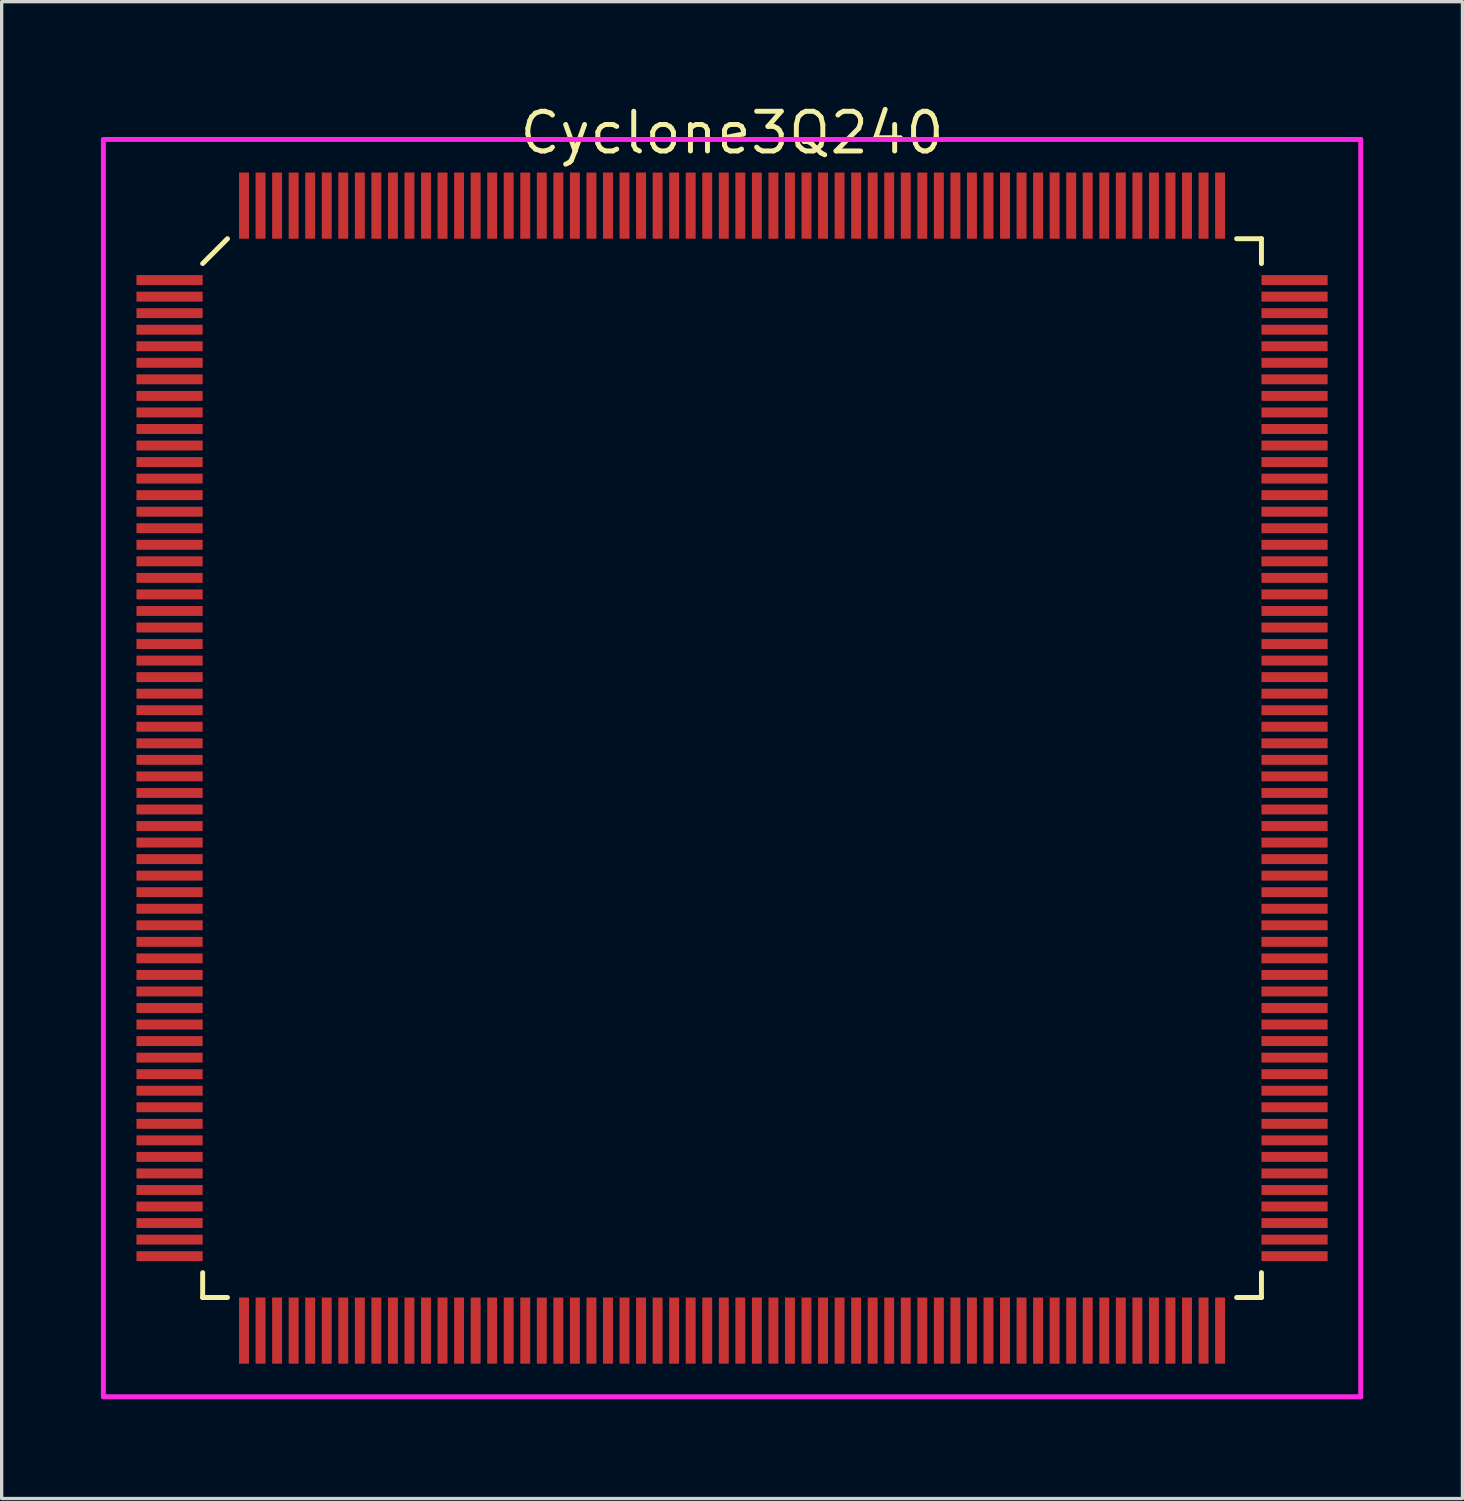
<source format=kicad_pcb>
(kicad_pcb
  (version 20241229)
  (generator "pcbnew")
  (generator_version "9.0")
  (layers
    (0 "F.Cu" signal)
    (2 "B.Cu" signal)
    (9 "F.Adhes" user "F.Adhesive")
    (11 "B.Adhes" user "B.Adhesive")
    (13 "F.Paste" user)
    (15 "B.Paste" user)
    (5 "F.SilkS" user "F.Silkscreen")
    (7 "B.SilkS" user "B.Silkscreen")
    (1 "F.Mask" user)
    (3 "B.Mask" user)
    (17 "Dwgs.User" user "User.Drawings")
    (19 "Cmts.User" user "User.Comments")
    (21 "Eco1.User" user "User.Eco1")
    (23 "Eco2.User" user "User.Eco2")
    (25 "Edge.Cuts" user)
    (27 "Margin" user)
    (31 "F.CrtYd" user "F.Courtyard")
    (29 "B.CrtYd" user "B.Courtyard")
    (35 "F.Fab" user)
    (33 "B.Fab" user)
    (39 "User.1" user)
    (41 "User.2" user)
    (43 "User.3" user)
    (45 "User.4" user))
  (footprint "Cyclone3Q240"
    (layer "F.Cu")
    (at 19.075 20.165)
    (property "Reference" "Cyclone3Q240" (at 0 -19.2 0) (layer "F.SilkS") (effects (font (size 1.2 1.2) (thickness 0.15))))
    (attr through_hole)
    (fp_line (start -16 -15.25) (end -15.25 -16) (stroke (width 0.15) (type solid)) (layer "F.SilkS"))
    (fp_line (start -16 16) (end -16 15.25) (stroke (width 0.15) (type solid)) (layer "F.SilkS"))
    (fp_line (start -15.25 16) (end -16 16) (stroke (width 0.15) (type solid)) (layer "F.SilkS"))
    (fp_line (start 15.25 -16) (end 16 -16) (stroke (width 0.15) (type solid)) (layer "F.SilkS"))
    (fp_line (start 15.25 16) (end 16 16) (stroke (width 0.15) (type solid)) (layer "F.SilkS"))
    (fp_line (start 16 -16) (end 16 -15.25) (stroke (width 0.15) (type solid)) (layer "F.SilkS"))
    (fp_line (start 16 16) (end 16 15.25) (stroke (width 0.15) (type solid)) (layer "F.SilkS"))
    (fp_line (start -19 -19) (end 19 -19) (stroke (width 0.15) (type solid)) (layer "F.CrtYd"))
    (fp_line (start -19 19) (end -19 -19) (stroke (width 0.15) (type solid)) (layer "F.CrtYd"))
    (fp_line (start 19 -19) (end 19 19) (stroke (width 0.15) (type solid)) (layer "F.CrtYd"))
    (fp_line (start 19 19) (end -19 19) (stroke (width 0.15) (type solid)) (layer "F.CrtYd"))
    (pad "1" smd rect (at -17 -14.75 90) (size 0.3 2) (layers "F.Cu" "F.Mask" "F.Paste"))
    (pad "2" smd rect (at -17 -14.25 90) (size 0.3 2) (layers "F.Cu" "F.Mask" "F.Paste"))
    (pad "3" smd rect (at -17 -13.75 90) (size 0.3 2) (layers "F.Cu" "F.Mask" "F.Paste"))
    (pad "4" smd rect (at -17 -13.25 90) (size 0.3 2) (layers "F.Cu" "F.Mask" "F.Paste"))
    (pad "5" smd rect (at -17 -12.75 90) (size 0.3 2) (layers "F.Cu" "F.Mask" "F.Paste"))
    (pad "6" smd rect (at -17 -12.25 90) (size 0.3 2) (layers "F.Cu" "F.Mask" "F.Paste"))
    (pad "7" smd rect (at -17 -11.75 90) (size 0.3 2) (layers "F.Cu" "F.Mask" "F.Paste"))
    (pad "8" smd rect (at -17 -11.25 90) (size 0.3 2) (layers "F.Cu" "F.Mask" "F.Paste"))
    (pad "9" smd rect (at -17 -10.75 90) (size 0.3 2) (layers "F.Cu" "F.Mask" "F.Paste"))
    (pad "10" smd rect (at -17 -10.25 90) (size 0.3 2) (layers "F.Cu" "F.Mask" "F.Paste"))
    (pad "11" smd rect (at -17 -9.75 90) (size 0.3 2) (layers "F.Cu" "F.Mask" "F.Paste"))
    (pad "12" smd rect (at -17 -9.25 90) (size 0.3 2) (layers "F.Cu" "F.Mask" "F.Paste"))
    (pad "13" smd rect (at -17 -8.75 90) (size 0.3 2) (layers "F.Cu" "F.Mask" "F.Paste"))
    (pad "14" smd rect (at -17 -8.25 90) (size 0.3 2) (layers "F.Cu" "F.Mask" "F.Paste"))
    (pad "15" smd rect (at -17 -7.75 90) (size 0.3 2) (layers "F.Cu" "F.Mask" "F.Paste"))
    (pad "16" smd rect (at -17 -7.25 90) (size 0.3 2) (layers "F.Cu" "F.Mask" "F.Paste"))
    (pad "17" smd rect (at -17 -6.75 90) (size 0.3 2) (layers "F.Cu" "F.Mask" "F.Paste"))
    (pad "18" smd rect (at -17 -6.25 90) (size 0.3 2) (layers "F.Cu" "F.Mask" "F.Paste"))
    (pad "19" smd rect (at -17 -5.75 90) (size 0.3 2) (layers "F.Cu" "F.Mask" "F.Paste"))
    (pad "20" smd rect (at -17 -5.25 90) (size 0.3 2) (layers "F.Cu" "F.Mask" "F.Paste"))
    (pad "21" smd rect (at -17 -4.75 90) (size 0.3 2) (layers "F.Cu" "F.Mask" "F.Paste"))
    (pad "22" smd rect (at -17 -4.25 90) (size 0.3 2) (layers "F.Cu" "F.Mask" "F.Paste"))
    (pad "23" smd rect (at -17 -3.75 90) (size 0.3 2) (layers "F.Cu" "F.Mask" "F.Paste"))
    (pad "24" smd rect (at -17 -3.25 90) (size 0.3 2) (layers "F.Cu" "F.Mask" "F.Paste"))
    (pad "25" smd rect (at -17 -2.75 90) (size 0.3 2) (layers "F.Cu" "F.Mask" "F.Paste"))
    (pad "26" smd rect (at -17 -2.25 90) (size 0.3 2) (layers "F.Cu" "F.Mask" "F.Paste"))
    (pad "27" smd rect (at -17 -1.75 90) (size 0.3 2) (layers "F.Cu" "F.Mask" "F.Paste"))
    (pad "28" smd rect (at -17 -1.25 90) (size 0.3 2) (layers "F.Cu" "F.Mask" "F.Paste"))
    (pad "29" smd rect (at -17 -0.75 90) (size 0.3 2) (layers "F.Cu" "F.Mask" "F.Paste"))
    (pad "30" smd rect (at -17 -0.25 90) (size 0.3 2) (layers "F.Cu" "F.Mask" "F.Paste"))
    (pad "31" smd rect (at -17 0.25 90) (size 0.3 2) (layers "F.Cu" "F.Mask" "F.Paste"))
    (pad "32" smd rect (at -17 0.75 90) (size 0.3 2) (layers "F.Cu" "F.Mask" "F.Paste"))
    (pad "33" smd rect (at -17 1.25 90) (size 0.3 2) (layers "F.Cu" "F.Mask" "F.Paste"))
    (pad "34" smd rect (at -17 1.75 90) (size 0.3 2) (layers "F.Cu" "F.Mask" "F.Paste"))
    (pad "35" smd rect (at -17 2.25 90) (size 0.3 2) (layers "F.Cu" "F.Mask" "F.Paste"))
    (pad "36" smd rect (at -17 2.75 90) (size 0.3 2) (layers "F.Cu" "F.Mask" "F.Paste"))
    (pad "37" smd rect (at -17 3.25 90) (size 0.3 2) (layers "F.Cu" "F.Mask" "F.Paste"))
    (pad "38" smd rect (at -17 3.75 90) (size 0.3 2) (layers "F.Cu" "F.Mask" "F.Paste"))
    (pad "39" smd rect (at -17 4.25 90) (size 0.3 2) (layers "F.Cu" "F.Mask" "F.Paste"))
    (pad "40" smd rect (at -17 4.75 90) (size 0.3 2) (layers "F.Cu" "F.Mask" "F.Paste"))
    (pad "41" smd rect (at -17 5.25 90) (size 0.3 2) (layers "F.Cu" "F.Mask" "F.Paste"))
    (pad "42" smd rect (at -17 5.75 90) (size 0.3 2) (layers "F.Cu" "F.Mask" "F.Paste"))
    (pad "43" smd rect (at -17 6.25 90) (size 0.3 2) (layers "F.Cu" "F.Mask" "F.Paste"))
    (pad "44" smd rect (at -17 6.75 90) (size 0.3 2) (layers "F.Cu" "F.Mask" "F.Paste"))
    (pad "45" smd rect (at -17 7.25 90) (size 0.3 2) (layers "F.Cu" "F.Mask" "F.Paste"))
    (pad "46" smd rect (at -17 7.75 90) (size 0.3 2) (layers "F.Cu" "F.Mask" "F.Paste"))
    (pad "47" smd rect (at -17 8.25 90) (size 0.3 2) (layers "F.Cu" "F.Mask" "F.Paste"))
    (pad "48" smd rect (at -17 8.75 90) (size 0.3 2) (layers "F.Cu" "F.Mask" "F.Paste"))
    (pad "49" smd rect (at -17 9.25 90) (size 0.3 2) (layers "F.Cu" "F.Mask" "F.Paste"))
    (pad "50" smd rect (at -17 9.75 90) (size 0.3 2) (layers "F.Cu" "F.Mask" "F.Paste"))
    (pad "51" smd rect (at -17 10.25 90) (size 0.3 2) (layers "F.Cu" "F.Mask" "F.Paste"))
    (pad "52" smd rect (at -17 10.75 90) (size 0.3 2) (layers "F.Cu" "F.Mask" "F.Paste"))
    (pad "53" smd rect (at -17 11.25 90) (size 0.3 2) (layers "F.Cu" "F.Mask" "F.Paste"))
    (pad "54" smd rect (at -17 11.75 90) (size 0.3 2) (layers "F.Cu" "F.Mask" "F.Paste"))
    (pad "55" smd rect (at -17 12.25 90) (size 0.3 2) (layers "F.Cu" "F.Mask" "F.Paste"))
    (pad "56" smd rect (at -17 12.75 90) (size 0.3 2) (layers "F.Cu" "F.Mask" "F.Paste"))
    (pad "57" smd rect (at -17 13.25 90) (size 0.3 2) (layers "F.Cu" "F.Mask" "F.Paste"))
    (pad "58" smd rect (at -17 13.75 90) (size 0.3 2) (layers "F.Cu" "F.Mask" "F.Paste"))
    (pad "59" smd rect (at -17 14.25 90) (size 0.3 2) (layers "F.Cu" "F.Mask" "F.Paste"))
    (pad "60" smd rect (at -17 14.75 90) (size 0.3 2) (layers "F.Cu" "F.Mask" "F.Paste"))
    (pad "61" smd rect (at -14.75 17) (size 0.3 2) (layers "F.Cu" "F.Mask" "F.Paste"))
    (pad "62" smd rect (at -14.25 17) (size 0.3 2) (layers "F.Cu" "F.Mask" "F.Paste"))
    (pad "63" smd rect (at -13.75 17) (size 0.3 2) (layers "F.Cu" "F.Mask" "F.Paste"))
    (pad "64" smd rect (at -13.25 17) (size 0.3 2) (layers "F.Cu" "F.Mask" "F.Paste"))
    (pad "65" smd rect (at -12.75 17) (size 0.3 2) (layers "F.Cu" "F.Mask" "F.Paste"))
    (pad "66" smd rect (at -12.25 17) (size 0.3 2) (layers "F.Cu" "F.Mask" "F.Paste"))
    (pad "67" smd rect (at -11.75 17) (size 0.3 2) (layers "F.Cu" "F.Mask" "F.Paste"))
    (pad "68" smd rect (at -11.25 17) (size 0.3 2) (layers "F.Cu" "F.Mask" "F.Paste"))
    (pad "69" smd rect (at -10.75 17) (size 0.3 2) (layers "F.Cu" "F.Mask" "F.Paste"))
    (pad "70" smd rect (at -10.25 17) (size 0.3 2) (layers "F.Cu" "F.Mask" "F.Paste"))
    (pad "71" smd rect (at -9.75 17) (size 0.3 2) (layers "F.Cu" "F.Mask" "F.Paste"))
    (pad "72" smd rect (at -9.25 17) (size 0.3 2) (layers "F.Cu" "F.Mask" "F.Paste"))
    (pad "73" smd rect (at -8.75 17) (size 0.3 2) (layers "F.Cu" "F.Mask" "F.Paste"))
    (pad "74" smd rect (at -8.25 17) (size 0.3 2) (layers "F.Cu" "F.Mask" "F.Paste"))
    (pad "75" smd rect (at -7.75 17) (size 0.3 2) (layers "F.Cu" "F.Mask" "F.Paste"))
    (pad "76" smd rect (at -7.25 17) (size 0.3 2) (layers "F.Cu" "F.Mask" "F.Paste"))
    (pad "77" smd rect (at -6.75 17) (size 0.3 2) (layers "F.Cu" "F.Mask" "F.Paste"))
    (pad "78" smd rect (at -6.25 17) (size 0.3 2) (layers "F.Cu" "F.Mask" "F.Paste"))
    (pad "79" smd rect (at -5.75 17) (size 0.3 2) (layers "F.Cu" "F.Mask" "F.Paste"))
    (pad "80" smd rect (at -5.25 17) (size 0.3 2) (layers "F.Cu" "F.Mask" "F.Paste"))
    (pad "81" smd rect (at -4.75 17) (size 0.3 2) (layers "F.Cu" "F.Mask" "F.Paste"))
    (pad "82" smd rect (at -4.25 17) (size 0.3 2) (layers "F.Cu" "F.Mask" "F.Paste"))
    (pad "83" smd rect (at -3.75 17) (size 0.3 2) (layers "F.Cu" "F.Mask" "F.Paste"))
    (pad "84" smd rect (at -3.25 17) (size 0.3 2) (layers "F.Cu" "F.Mask" "F.Paste"))
    (pad "85" smd rect (at -2.75 17) (size 0.3 2) (layers "F.Cu" "F.Mask" "F.Paste"))
    (pad "86" smd rect (at -2.25 17) (size 0.3 2) (layers "F.Cu" "F.Mask" "F.Paste"))
    (pad "87" smd rect (at -1.75 17) (size 0.3 2) (layers "F.Cu" "F.Mask" "F.Paste"))
    (pad "88" smd rect (at -1.25 17) (size 0.3 2) (layers "F.Cu" "F.Mask" "F.Paste"))
    (pad "89" smd rect (at -0.75 17) (size 0.3 2) (layers "F.Cu" "F.Mask" "F.Paste"))
    (pad "90" smd rect (at -0.25 17) (size 0.3 2) (layers "F.Cu" "F.Mask" "F.Paste"))
    (pad "91" smd rect (at 0.25 17) (size 0.3 2) (layers "F.Cu" "F.Mask" "F.Paste"))
    (pad "92" smd rect (at 0.75 17) (size 0.3 2) (layers "F.Cu" "F.Mask" "F.Paste"))
    (pad "93" smd rect (at 1.25 17) (size 0.3 2) (layers "F.Cu" "F.Mask" "F.Paste"))
    (pad "94" smd rect (at 1.75 17) (size 0.3 2) (layers "F.Cu" "F.Mask" "F.Paste"))
    (pad "95" smd rect (at 2.25 17) (size 0.3 2) (layers "F.Cu" "F.Mask" "F.Paste"))
    (pad "96" smd rect (at 2.75 17) (size 0.3 2) (layers "F.Cu" "F.Mask" "F.Paste"))
    (pad "97" smd rect (at 3.25 17) (size 0.3 2) (layers "F.Cu" "F.Mask" "F.Paste"))
    (pad "98" smd rect (at 3.75 17) (size 0.3 2) (layers "F.Cu" "F.Mask" "F.Paste"))
    (pad "99" smd rect (at 4.25 17) (size 0.3 2) (layers "F.Cu" "F.Mask" "F.Paste"))
    (pad "100" smd rect (at 4.75 17) (size 0.3 2) (layers "F.Cu" "F.Mask" "F.Paste"))
    (pad "101" smd rect (at 5.25 17) (size 0.3 2) (layers "F.Cu" "F.Mask" "F.Paste"))
    (pad "102" smd rect (at 5.75 17) (size 0.3 2) (layers "F.Cu" "F.Mask" "F.Paste"))
    (pad "103" smd rect (at 6.25 17) (size 0.3 2) (layers "F.Cu" "F.Mask" "F.Paste"))
    (pad "104" smd rect (at 6.75 17) (size 0.3 2) (layers "F.Cu" "F.Mask" "F.Paste"))
    (pad "105" smd rect (at 7.25 17) (size 0.3 2) (layers "F.Cu" "F.Mask" "F.Paste"))
    (pad "106" smd rect (at 7.75 17) (size 0.3 2) (layers "F.Cu" "F.Mask" "F.Paste"))
    (pad "107" smd rect (at 8.25 17) (size 0.3 2) (layers "F.Cu" "F.Mask" "F.Paste"))
    (pad "108" smd rect (at 8.75 17) (size 0.3 2) (layers "F.Cu" "F.Mask" "F.Paste"))
    (pad "109" smd rect (at 9.25 17) (size 0.3 2) (layers "F.Cu" "F.Mask" "F.Paste"))
    (pad "110" smd rect (at 9.75 17) (size 0.3 2) (layers "F.Cu" "F.Mask" "F.Paste"))
    (pad "111" smd rect (at 10.25 17) (size 0.3 2) (layers "F.Cu" "F.Mask" "F.Paste"))
    (pad "112" smd rect (at 10.75 17) (size 0.3 2) (layers "F.Cu" "F.Mask" "F.Paste"))
    (pad "113" smd rect (at 11.25 17) (size 0.3 2) (layers "F.Cu" "F.Mask" "F.Paste"))
    (pad "114" smd rect (at 11.75 17) (size 0.3 2) (layers "F.Cu" "F.Mask" "F.Paste"))
    (pad "115" smd rect (at 12.25 17) (size 0.3 2) (layers "F.Cu" "F.Mask" "F.Paste"))
    (pad "116" smd rect (at 12.75 17) (size 0.3 2) (layers "F.Cu" "F.Mask" "F.Paste"))
    (pad "117" smd rect (at 13.25 17) (size 0.3 2) (layers "F.Cu" "F.Mask" "F.Paste"))
    (pad "118" smd rect (at 13.75 17) (size 0.3 2) (layers "F.Cu" "F.Mask" "F.Paste"))
    (pad "119" smd rect (at 14.25 17) (size 0.3 2) (layers "F.Cu" "F.Mask" "F.Paste"))
    (pad "120" smd rect (at 14.75 17) (size 0.3 2) (layers "F.Cu" "F.Mask" "F.Paste"))
    (pad "121" smd rect (at 17 14.75 90) (size 0.3 2) (layers "F.Cu" "F.Mask" "F.Paste"))
    (pad "122" smd rect (at 17 14.25 90) (size 0.3 2) (layers "F.Cu" "F.Mask" "F.Paste"))
    (pad "123" smd rect (at 17 13.75 90) (size 0.3 2) (layers "F.Cu" "F.Mask" "F.Paste"))
    (pad "124" smd rect (at 17 13.25 90) (size 0.3 2) (layers "F.Cu" "F.Mask" "F.Paste"))
    (pad "125" smd rect (at 17 12.75 90) (size 0.3 2) (layers "F.Cu" "F.Mask" "F.Paste"))
    (pad "126" smd rect (at 17 12.25 90) (size 0.3 2) (layers "F.Cu" "F.Mask" "F.Paste"))
    (pad "127" smd rect (at 17 11.75 90) (size 0.3 2) (layers "F.Cu" "F.Mask" "F.Paste"))
    (pad "128" smd rect (at 17 11.25 90) (size 0.3 2) (layers "F.Cu" "F.Mask" "F.Paste"))
    (pad "129" smd rect (at 17 10.75 90) (size 0.3 2) (layers "F.Cu" "F.Mask" "F.Paste"))
    (pad "130" smd rect (at 17 10.25 90) (size 0.3 2) (layers "F.Cu" "F.Mask" "F.Paste"))
    (pad "131" smd rect (at 17 9.75 90) (size 0.3 2) (layers "F.Cu" "F.Mask" "F.Paste"))
    (pad "132" smd rect (at 17 9.25 90) (size 0.3 2) (layers "F.Cu" "F.Mask" "F.Paste"))
    (pad "133" smd rect (at 17 8.75 90) (size 0.3 2) (layers "F.Cu" "F.Mask" "F.Paste"))
    (pad "134" smd rect (at 17 8.25 90) (size 0.3 2) (layers "F.Cu" "F.Mask" "F.Paste"))
    (pad "135" smd rect (at 17 7.75 90) (size 0.3 2) (layers "F.Cu" "F.Mask" "F.Paste"))
    (pad "136" smd rect (at 17 7.25 90) (size 0.3 2) (layers "F.Cu" "F.Mask" "F.Paste"))
    (pad "137" smd rect (at 17 6.75 90) (size 0.3 2) (layers "F.Cu" "F.Mask" "F.Paste"))
    (pad "138" smd rect (at 17 6.25 90) (size 0.3 2) (layers "F.Cu" "F.Mask" "F.Paste"))
    (pad "139" smd rect (at 17 5.75 90) (size 0.3 2) (layers "F.Cu" "F.Mask" "F.Paste"))
    (pad "140" smd rect (at 17 5.25 90) (size 0.3 2) (layers "F.Cu" "F.Mask" "F.Paste"))
    (pad "141" smd rect (at 17 4.75 90) (size 0.3 2) (layers "F.Cu" "F.Mask" "F.Paste"))
    (pad "142" smd rect (at 17 4.25 90) (size 0.3 2) (layers "F.Cu" "F.Mask" "F.Paste"))
    (pad "143" smd rect (at 17 3.75 90) (size 0.3 2) (layers "F.Cu" "F.Mask" "F.Paste"))
    (pad "144" smd rect (at 17 3.25 90) (size 0.3 2) (layers "F.Cu" "F.Mask" "F.Paste"))
    (pad "145" smd rect (at 17 2.75 90) (size 0.3 2) (layers "F.Cu" "F.Mask" "F.Paste"))
    (pad "146" smd rect (at 17 2.25 90) (size 0.3 2) (layers "F.Cu" "F.Mask" "F.Paste"))
    (pad "147" smd rect (at 17 1.75 90) (size 0.3 2) (layers "F.Cu" "F.Mask" "F.Paste"))
    (pad "148" smd rect (at 17 1.25 90) (size 0.3 2) (layers "F.Cu" "F.Mask" "F.Paste"))
    (pad "149" smd rect (at 17 0.75 90) (size 0.3 2) (layers "F.Cu" "F.Mask" "F.Paste"))
    (pad "150" smd rect (at 17 0.25 90) (size 0.3 2) (layers "F.Cu" "F.Mask" "F.Paste"))
    (pad "151" smd rect (at 17 -0.25 90) (size 0.3 2) (layers "F.Cu" "F.Mask" "F.Paste"))
    (pad "152" smd rect (at 17 -0.75 90) (size 0.3 2) (layers "F.Cu" "F.Mask" "F.Paste"))
    (pad "153" smd rect (at 17 -1.25 90) (size 0.3 2) (layers "F.Cu" "F.Mask" "F.Paste"))
    (pad "154" smd rect (at 17 -1.75 90) (size 0.3 2) (layers "F.Cu" "F.Mask" "F.Paste"))
    (pad "155" smd rect (at 17 -2.25 90) (size 0.3 2) (layers "F.Cu" "F.Mask" "F.Paste"))
    (pad "156" smd rect (at 17 -2.75 90) (size 0.3 2) (layers "F.Cu" "F.Mask" "F.Paste"))
    (pad "157" smd rect (at 17 -3.25 90) (size 0.3 2) (layers "F.Cu" "F.Mask" "F.Paste"))
    (pad "158" smd rect (at 17 -3.75 90) (size 0.3 2) (layers "F.Cu" "F.Mask" "F.Paste"))
    (pad "159" smd rect (at 17 -4.25 90) (size 0.3 2) (layers "F.Cu" "F.Mask" "F.Paste"))
    (pad "160" smd rect (at 17 -4.75 90) (size 0.3 2) (layers "F.Cu" "F.Mask" "F.Paste"))
    (pad "161" smd rect (at 17 -5.25 90) (size 0.3 2) (layers "F.Cu" "F.Mask" "F.Paste"))
    (pad "162" smd rect (at 17 -5.75 90) (size 0.3 2) (layers "F.Cu" "F.Mask" "F.Paste"))
    (pad "163" smd rect (at 17 -6.25 90) (size 0.3 2) (layers "F.Cu" "F.Mask" "F.Paste"))
    (pad "164" smd rect (at 17 -6.75 90) (size 0.3 2) (layers "F.Cu" "F.Mask" "F.Paste"))
    (pad "165" smd rect (at 17 -7.25 90) (size 0.3 2) (layers "F.Cu" "F.Mask" "F.Paste"))
    (pad "166" smd rect (at 17 -7.75 90) (size 0.3 2) (layers "F.Cu" "F.Mask" "F.Paste"))
    (pad "167" smd rect (at 17 -8.25 90) (size 0.3 2) (layers "F.Cu" "F.Mask" "F.Paste"))
    (pad "168" smd rect (at 17 -8.75 90) (size 0.3 2) (layers "F.Cu" "F.Mask" "F.Paste"))
    (pad "169" smd rect (at 17 -9.25 90) (size 0.3 2) (layers "F.Cu" "F.Mask" "F.Paste"))
    (pad "170" smd rect (at 17 -9.75 90) (size 0.3 2) (layers "F.Cu" "F.Mask" "F.Paste"))
    (pad "171" smd rect (at 17 -10.25 90) (size 0.3 2) (layers "F.Cu" "F.Mask" "F.Paste"))
    (pad "172" smd rect (at 17 -10.75 90) (size 0.3 2) (layers "F.Cu" "F.Mask" "F.Paste"))
    (pad "173" smd rect (at 17 -11.25 90) (size 0.3 2) (layers "F.Cu" "F.Mask" "F.Paste"))
    (pad "174" smd rect (at 17 -11.75 90) (size 0.3 2) (layers "F.Cu" "F.Mask" "F.Paste"))
    (pad "175" smd rect (at 17 -12.25 90) (size 0.3 2) (layers "F.Cu" "F.Mask" "F.Paste"))
    (pad "176" smd rect (at 17 -12.75 90) (size 0.3 2) (layers "F.Cu" "F.Mask" "F.Paste"))
    (pad "177" smd rect (at 17 -13.25 90) (size 0.3 2) (layers "F.Cu" "F.Mask" "F.Paste"))
    (pad "178" smd rect (at 17 -13.75 90) (size 0.3 2) (layers "F.Cu" "F.Mask" "F.Paste"))
    (pad "179" smd rect (at 17 -14.25 90) (size 0.3 2) (layers "F.Cu" "F.Mask" "F.Paste"))
    (pad "180" smd rect (at 17 -14.75 90) (size 0.3 2) (layers "F.Cu" "F.Mask" "F.Paste"))
    (pad "181" smd rect (at 14.75 -17) (size 0.3 2) (layers "F.Cu" "F.Mask" "F.Paste"))
    (pad "182" smd rect (at 14.25 -17) (size 0.3 2) (layers "F.Cu" "F.Mask" "F.Paste"))
    (pad "183" smd rect (at 13.75 -17) (size 0.3 2) (layers "F.Cu" "F.Mask" "F.Paste"))
    (pad "184" smd rect (at 13.25 -17) (size 0.3 2) (layers "F.Cu" "F.Mask" "F.Paste"))
    (pad "185" smd rect (at 12.75 -17) (size 0.3 2) (layers "F.Cu" "F.Mask" "F.Paste"))
    (pad "186" smd rect (at 12.25 -17) (size 0.3 2) (layers "F.Cu" "F.Mask" "F.Paste"))
    (pad "187" smd rect (at 11.75 -17) (size 0.3 2) (layers "F.Cu" "F.Mask" "F.Paste"))
    (pad "188" smd rect (at 11.25 -17) (size 0.3 2) (layers "F.Cu" "F.Mask" "F.Paste"))
    (pad "189" smd rect (at 10.75 -17) (size 0.3 2) (layers "F.Cu" "F.Mask" "F.Paste"))
    (pad "190" smd rect (at 10.25 -17) (size 0.3 2) (layers "F.Cu" "F.Mask" "F.Paste"))
    (pad "191" smd rect (at 9.75 -17) (size 0.3 2) (layers "F.Cu" "F.Mask" "F.Paste"))
    (pad "192" smd rect (at 9.25 -17) (size 0.3 2) (layers "F.Cu" "F.Mask" "F.Paste"))
    (pad "193" smd rect (at 8.75 -17) (size 0.3 2) (layers "F.Cu" "F.Mask" "F.Paste"))
    (pad "194" smd rect (at 8.25 -17) (size 0.3 2) (layers "F.Cu" "F.Mask" "F.Paste"))
    (pad "195" smd rect (at 7.75 -17) (size 0.3 2) (layers "F.Cu" "F.Mask" "F.Paste"))
    (pad "196" smd rect (at 7.25 -17) (size 0.3 2) (layers "F.Cu" "F.Mask" "F.Paste"))
    (pad "197" smd rect (at 6.75 -17) (size 0.3 2) (layers "F.Cu" "F.Mask" "F.Paste"))
    (pad "198" smd rect (at 6.25 -17) (size 0.3 2) (layers "F.Cu" "F.Mask" "F.Paste"))
    (pad "199" smd rect (at 5.75 -17) (size 0.3 2) (layers "F.Cu" "F.Mask" "F.Paste"))
    (pad "200" smd rect (at 5.25 -17) (size 0.3 2) (layers "F.Cu" "F.Mask" "F.Paste"))
    (pad "201" smd rect (at 4.75 -17) (size 0.3 2) (layers "F.Cu" "F.Mask" "F.Paste"))
    (pad "202" smd rect (at 4.25 -17) (size 0.3 2) (layers "F.Cu" "F.Mask" "F.Paste"))
    (pad "203" smd rect (at 3.75 -17) (size 0.3 2) (layers "F.Cu" "F.Mask" "F.Paste"))
    (pad "204" smd rect (at 3.25 -17) (size 0.3 2) (layers "F.Cu" "F.Mask" "F.Paste"))
    (pad "205" smd rect (at 2.75 -17) (size 0.3 2) (layers "F.Cu" "F.Mask" "F.Paste"))
    (pad "206" smd rect (at 2.25 -17) (size 0.3 2) (layers "F.Cu" "F.Mask" "F.Paste"))
    (pad "207" smd rect (at 1.75 -17) (size 0.3 2) (layers "F.Cu" "F.Mask" "F.Paste"))
    (pad "208" smd rect (at 1.25 -17) (size 0.3 2) (layers "F.Cu" "F.Mask" "F.Paste"))
    (pad "209" smd rect (at 0.75 -17) (size 0.3 2) (layers "F.Cu" "F.Mask" "F.Paste"))
    (pad "210" smd rect (at 0.25 -17) (size 0.3 2) (layers "F.Cu" "F.Mask" "F.Paste"))
    (pad "211" smd rect (at -0.25 -17) (size 0.3 2) (layers "F.Cu" "F.Mask" "F.Paste"))
    (pad "212" smd rect (at -0.75 -17) (size 0.3 2) (layers "F.Cu" "F.Mask" "F.Paste"))
    (pad "213" smd rect (at -1.25 -17) (size 0.3 2) (layers "F.Cu" "F.Mask" "F.Paste"))
    (pad "214" smd rect (at -1.75 -17) (size 0.3 2) (layers "F.Cu" "F.Mask" "F.Paste"))
    (pad "215" smd rect (at -2.25 -17) (size 0.3 2) (layers "F.Cu" "F.Mask" "F.Paste"))
    (pad "216" smd rect (at -2.75 -17) (size 0.3 2) (layers "F.Cu" "F.Mask" "F.Paste"))
    (pad "217" smd rect (at -3.25 -17) (size 0.3 2) (layers "F.Cu" "F.Mask" "F.Paste"))
    (pad "218" smd rect (at -3.75 -17) (size 0.3 2) (layers "F.Cu" "F.Mask" "F.Paste"))
    (pad "219" smd rect (at -4.25 -17) (size 0.3 2) (layers "F.Cu" "F.Mask" "F.Paste"))
    (pad "220" smd rect (at -4.75 -17) (size 0.3 2) (layers "F.Cu" "F.Mask" "F.Paste"))
    (pad "221" smd rect (at -5.25 -17) (size 0.3 2) (layers "F.Cu" "F.Mask" "F.Paste"))
    (pad "222" smd rect (at -5.75 -17) (size 0.3 2) (layers "F.Cu" "F.Mask" "F.Paste"))
    (pad "223" smd rect (at -6.25 -17) (size 0.3 2) (layers "F.Cu" "F.Mask" "F.Paste"))
    (pad "224" smd rect (at -6.75 -17) (size 0.3 2) (layers "F.Cu" "F.Mask" "F.Paste"))
    (pad "225" smd rect (at -7.25 -17) (size 0.3 2) (layers "F.Cu" "F.Mask" "F.Paste"))
    (pad "226" smd rect (at -7.75 -17) (size 0.3 2) (layers "F.Cu" "F.Mask" "F.Paste"))
    (pad "227" smd rect (at -8.25 -17) (size 0.3 2) (layers "F.Cu" "F.Mask" "F.Paste"))
    (pad "228" smd rect (at -8.75 -17) (size 0.3 2) (layers "F.Cu" "F.Mask" "F.Paste"))
    (pad "229" smd rect (at -9.25 -17) (size 0.3 2) (layers "F.Cu" "F.Mask" "F.Paste"))
    (pad "230" smd rect (at -9.75 -17) (size 0.3 2) (layers "F.Cu" "F.Mask" "F.Paste"))
    (pad "231" smd rect (at -10.25 -17) (size 0.3 2) (layers "F.Cu" "F.Mask" "F.Paste"))
    (pad "232" smd rect (at -10.75 -17) (size 0.3 2) (layers "F.Cu" "F.Mask" "F.Paste"))
    (pad "233" smd rect (at -11.25 -17) (size 0.3 2) (layers "F.Cu" "F.Mask" "F.Paste"))
    (pad "234" smd rect (at -11.75 -17) (size 0.3 2) (layers "F.Cu" "F.Mask" "F.Paste"))
    (pad "235" smd rect (at -12.25 -17) (size 0.3 2) (layers "F.Cu" "F.Mask" "F.Paste"))
    (pad "236" smd rect (at -12.75 -17) (size 0.3 2) (layers "F.Cu" "F.Mask" "F.Paste"))
    (pad "237" smd rect (at -13.25 -17) (size 0.3 2) (layers "F.Cu" "F.Mask" "F.Paste"))
    (pad "238" smd rect (at -13.75 -17) (size 0.3 2) (layers "F.Cu" "F.Mask" "F.Paste"))
    (pad "239" smd rect (at -14.25 -17) (size 0.3 2) (layers "F.Cu" "F.Mask" "F.Paste"))
    (pad "240" smd rect (at -14.75 -17) (size 0.3 2) (layers "F.Cu" "F.Mask" "F.Paste")))
  (gr_rect
    (start -3 -3)
    (end 41.15 42.24)
    (stroke (width 0.1) (type default))
    (fill no)
    (layer "Edge.Cuts")))
</source>
